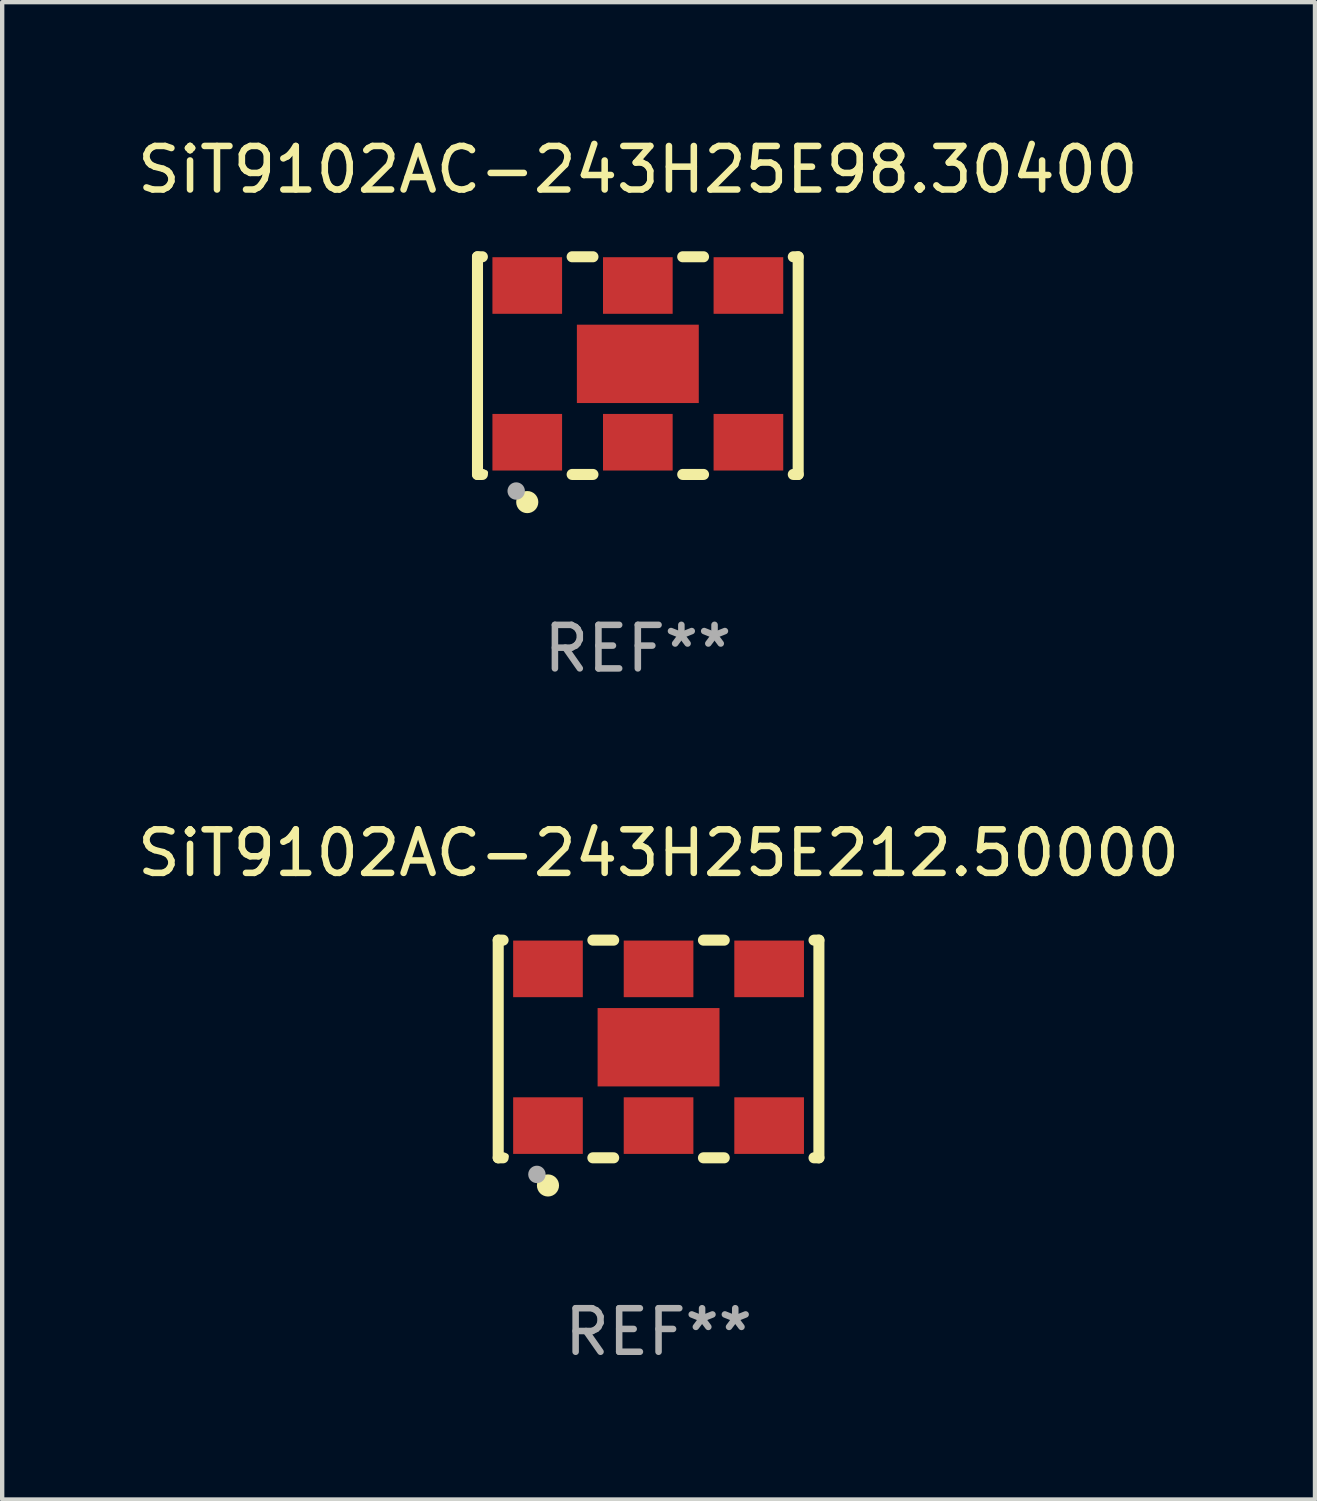
<source format=kicad_pcb>
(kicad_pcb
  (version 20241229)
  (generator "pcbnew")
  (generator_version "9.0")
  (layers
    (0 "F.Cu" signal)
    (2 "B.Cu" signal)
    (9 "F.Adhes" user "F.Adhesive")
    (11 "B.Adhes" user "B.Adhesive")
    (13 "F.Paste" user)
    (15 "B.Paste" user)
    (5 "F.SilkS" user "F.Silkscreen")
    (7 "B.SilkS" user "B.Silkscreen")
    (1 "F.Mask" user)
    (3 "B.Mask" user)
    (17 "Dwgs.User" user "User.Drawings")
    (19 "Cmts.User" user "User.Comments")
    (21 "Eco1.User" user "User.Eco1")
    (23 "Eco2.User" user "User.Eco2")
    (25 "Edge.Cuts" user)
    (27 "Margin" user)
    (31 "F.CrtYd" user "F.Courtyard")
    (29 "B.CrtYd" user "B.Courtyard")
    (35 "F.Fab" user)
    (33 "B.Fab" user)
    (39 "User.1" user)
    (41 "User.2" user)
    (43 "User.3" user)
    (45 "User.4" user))
  (footprint "SiT9102AC-243H25E212.50000"
    (layer "F.Cu")
    (at 12.077 21.045)
    (property "Reference" "SiT9102AC-243H25E212.50000" (at 0 -4.5 0) (layer "F.SilkS") (effects (font (size 1 1) (thickness 0.15))))
    (attr through_hole)
    (fp_line (start -3.683 -2.5) (end -3.571 -2.5) (stroke (width 0.254) (type solid)) (layer "F.SilkS"))
    (fp_line (start -3.683 2.5) (end -3.683 -2.5) (stroke (width 0.254) (type solid)) (layer "F.SilkS"))
    (fp_line (start -3.683 2.5) (end -3.571 2.5) (stroke (width 0.254) (type solid)) (layer "F.SilkS"))
    (fp_line (start -1.509 -2.5) (end -1.031 -2.5) (stroke (width 0.254) (type solid)) (layer "F.SilkS"))
    (fp_line (start -1.509 2.5) (end -1.031 2.5) (stroke (width 0.254) (type solid)) (layer "F.SilkS"))
    (fp_line (start 1.031 -2.5) (end 1.509 -2.5) (stroke (width 0.254) (type solid)) (layer "F.SilkS"))
    (fp_line (start 1.031 2.5) (end 1.509 2.5) (stroke (width 0.254) (type solid)) (layer "F.SilkS"))
    (fp_line (start 3.571 -2.5) (end 3.683 -2.5) (stroke (width 0.254) (type solid)) (layer "F.SilkS"))
    (fp_line (start 3.571 2.5) (end 3.683 2.5) (stroke (width 0.254) (type solid)) (layer "F.SilkS"))
    (fp_line (start 3.683 2.5) (end 3.683 -2.5) (stroke (width 0.254) (type solid)) (layer "F.SilkS"))
    (fp_circle (center -3.5 2.46) (end -3.47 2.46) (stroke (width 0.06) (type solid)) (fill no) (layer "F.SilkS"))
    (fp_circle (center -2.54 3.135) (end -2.413 3.135) (stroke (width 0.254) (type solid)) (fill no) (layer "F.SilkS"))
    (fp_circle (center -2.794 2.881) (end -2.694 2.881) (stroke (width 0.2) (type solid)) (fill no) (layer "F.Fab"))
    (fp_text user "REF**" (at 0 6.5 0) (layer "F.Fab") (effects (font (size 1 1) (thickness 0.15))))
    (pad "1" smd rect (at -2.54 1.76) (size 1.6 1.3) (layers "F.Cu" "F.Mask" "F.Paste"))
    (pad "2" smd rect (at 0 1.76) (size 1.6 1.3) (layers "F.Cu" "F.Mask" "F.Paste"))
    (pad "3" smd rect (at 2.54 1.76) (size 1.6 1.3) (layers "F.Cu" "F.Mask" "F.Paste"))
    (pad "4" smd rect (at 2.54 -1.84) (size 1.6 1.3) (layers "F.Cu" "F.Mask" "F.Paste"))
    (pad "5" smd rect (at 0 -1.84) (size 1.6 1.3) (layers "F.Cu" "F.Mask" "F.Paste"))
    (pad "6" smd rect (at -2.54 -1.84) (size 1.6 1.3) (layers "F.Cu" "F.Mask" "F.Paste"))
    (pad "7" smd rect (at 0 -0.04) (size 2.8 1.8) (layers "F.Cu" "F.Mask" "F.Paste")))
  (footprint "SiT9102AC-243H25E98.30400"
    (layer "F.Cu")
    (at 11.601 5.348)
    (property "Reference" "SiT9102AC-243H25E98.30400" (at 0 -4.5 0) (layer "F.SilkS") (effects (font (size 1 1) (thickness 0.15))))
    (attr through_hole)
    (fp_line (start -3.683 -2.5) (end -3.571 -2.5) (stroke (width 0.254) (type solid)) (layer "F.SilkS"))
    (fp_line (start -3.683 2.5) (end -3.683 -2.5) (stroke (width 0.254) (type solid)) (layer "F.SilkS"))
    (fp_line (start -3.683 2.5) (end -3.571 2.5) (stroke (width 0.254) (type solid)) (layer "F.SilkS"))
    (fp_line (start -1.509 -2.5) (end -1.031 -2.5) (stroke (width 0.254) (type solid)) (layer "F.SilkS"))
    (fp_line (start -1.509 2.5) (end -1.031 2.5) (stroke (width 0.254) (type solid)) (layer "F.SilkS"))
    (fp_line (start 1.031 -2.5) (end 1.509 -2.5) (stroke (width 0.254) (type solid)) (layer "F.SilkS"))
    (fp_line (start 1.031 2.5) (end 1.509 2.5) (stroke (width 0.254) (type solid)) (layer "F.SilkS"))
    (fp_line (start 3.571 -2.5) (end 3.683 -2.5) (stroke (width 0.254) (type solid)) (layer "F.SilkS"))
    (fp_line (start 3.571 2.5) (end 3.683 2.5) (stroke (width 0.254) (type solid)) (layer "F.SilkS"))
    (fp_line (start 3.683 2.5) (end 3.683 -2.5) (stroke (width 0.254) (type solid)) (layer "F.SilkS"))
    (fp_circle (center -3.5 2.46) (end -3.47 2.46) (stroke (width 0.06) (type solid)) (fill no) (layer "F.SilkS"))
    (fp_circle (center -2.54 3.135) (end -2.413 3.135) (stroke (width 0.254) (type solid)) (fill no) (layer "F.SilkS"))
    (fp_circle (center -2.794 2.881) (end -2.694 2.881) (stroke (width 0.2) (type solid)) (fill no) (layer "F.Fab"))
    (fp_text user "REF**" (at 0 6.5 0) (layer "F.Fab") (effects (font (size 1 1) (thickness 0.15))))
    (pad "1" smd rect (at -2.54 1.76) (size 1.6 1.3) (layers "F.Cu" "F.Mask" "F.Paste"))
    (pad "2" smd rect (at 0 1.76) (size 1.6 1.3) (layers "F.Cu" "F.Mask" "F.Paste"))
    (pad "3" smd rect (at 2.54 1.76) (size 1.6 1.3) (layers "F.Cu" "F.Mask" "F.Paste"))
    (pad "4" smd rect (at 2.54 -1.84) (size 1.6 1.3) (layers "F.Cu" "F.Mask" "F.Paste"))
    (pad "5" smd rect (at 0 -1.84) (size 1.6 1.3) (layers "F.Cu" "F.Mask" "F.Paste"))
    (pad "6" smd rect (at -2.54 -1.84) (size 1.6 1.3) (layers "F.Cu" "F.Mask" "F.Paste"))
    (pad "7" smd rect (at 0 -0.04) (size 2.8 1.8) (layers "F.Cu" "F.Mask" "F.Paste")))
  (gr_rect
    (start -3 -3)
    (end 27.155 31.393)
    (stroke (width 0.1) (type default))
    (fill no)
    (layer "Edge.Cuts")))
</source>
